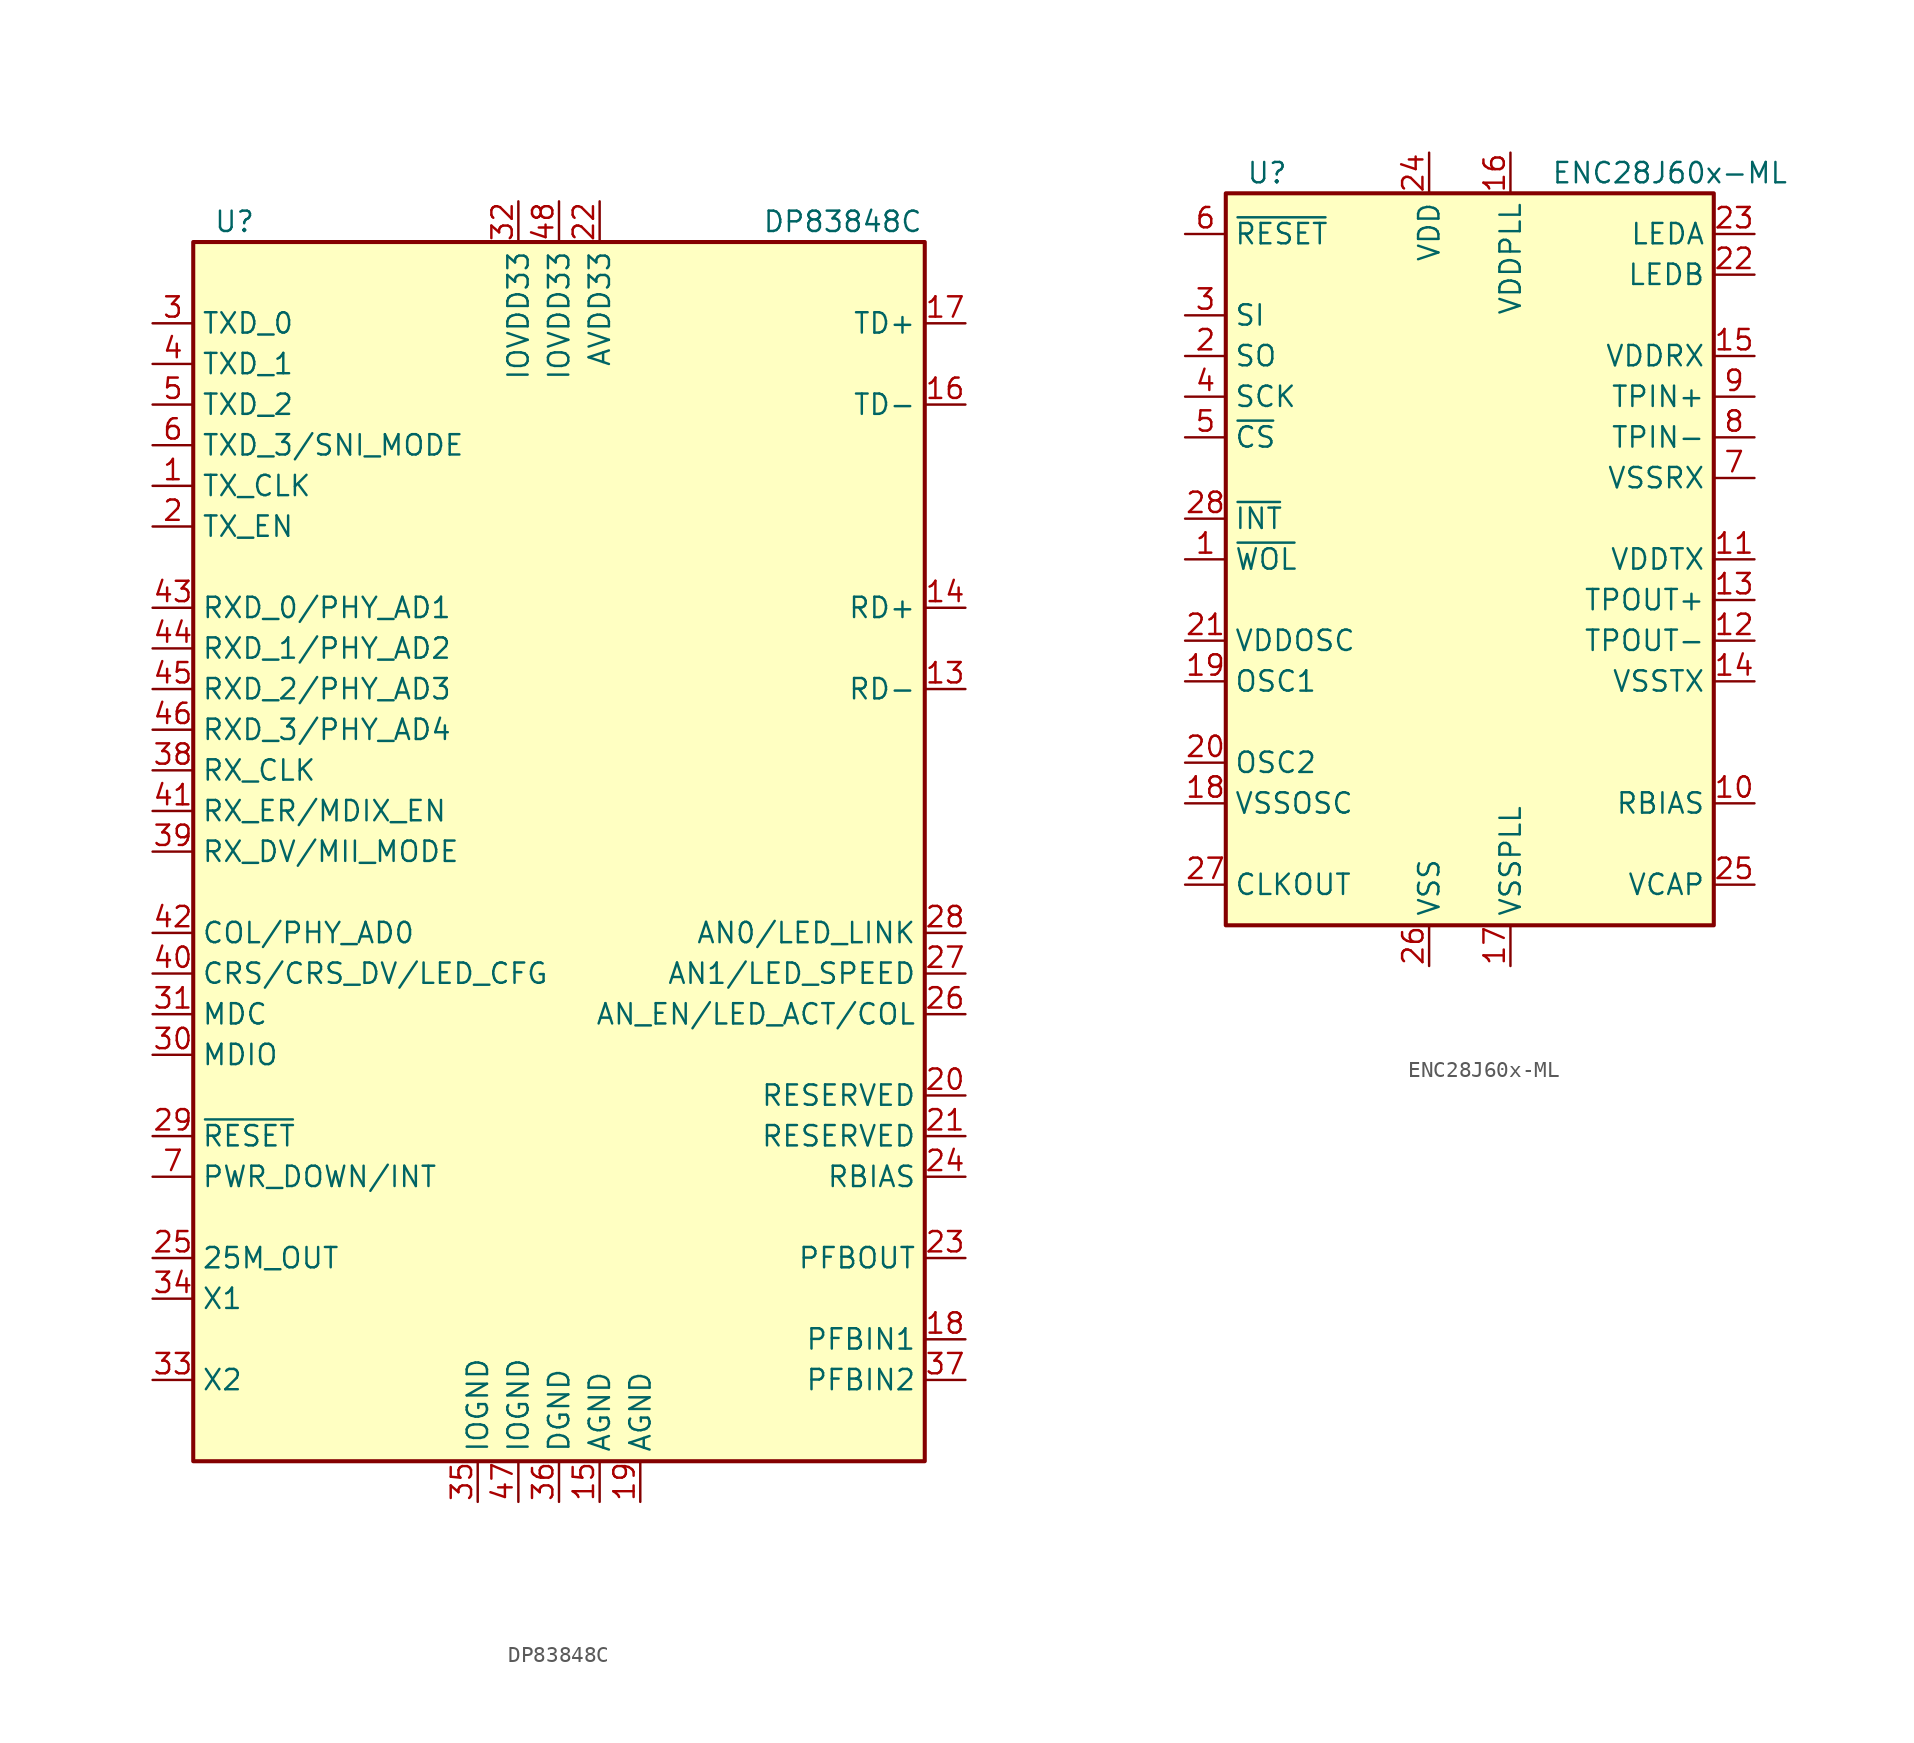
<source format=kicad_sym>
(kicad_symbol_lib
  (version 20201005)
  (generator kicad_symbol_editor)
  (symbol "Interface_Ethernet:DP83848C"
    (property "Reference" "U"
      (at -21.59 39.37 0)
      (effects (font (size 1.27 1.27)) (justify left)))
    (property "Value" "DP83848C"
      (at 12.7 39.37 0)
      (effects (font (size 1.27 1.27)) (justify left)))
    (symbol "DP83848C_0_1"
      (rectangle (start -22.86 38.1) (end 22.86 -38.1) (stroke (width 0.254)) (fill (type background))))
    (symbol "DP83848C_1_1"
      (pin output line (at -25.4 22.86 0) (length 2.54) (name "TX_CLK" (effects (font (size 1.27 1.27)))) (number "1" (effects (font (size 1.27 1.27)))))
      (pin passive line (at 25.4 10.16 180) (length 2.54) (name "RD-" (effects (font (size 1.27 1.27)))) (number "13" (effects (font (size 1.27 1.27)))))
      (pin passive line (at 25.4 15.24 180) (length 2.54) (name "RD+" (effects (font (size 1.27 1.27)))) (number "14" (effects (font (size 1.27 1.27)))))
      (pin power_in line (at 2.54 -40.64 90) (length 2.54) (name "AGND" (effects (font (size 1.27 1.27)))) (number "15" (effects (font (size 1.27 1.27)))))
      (pin passive line (at 25.4 27.94 180) (length 2.54) (name "TD-" (effects (font (size 1.27 1.27)))) (number "16" (effects (font (size 1.27 1.27)))))
      (pin passive line (at 25.4 33.02 180) (length 2.54) (name "TD+" (effects (font (size 1.27 1.27)))) (number "17" (effects (font (size 1.27 1.27)))))
      (pin passive line (at 25.4 -30.48 180) (length 2.54) (name "PFBIN1" (effects (font (size 1.27 1.27)))) (number "18" (effects (font (size 1.27 1.27)))))
      (pin power_in line (at 5.08 -40.64 90) (length 2.54) (name "AGND" (effects (font (size 1.27 1.27)))) (number "19" (effects (font (size 1.27 1.27)))))
      (pin input line (at -25.4 20.32 0) (length 2.54) (name "TX_EN" (effects (font (size 1.27 1.27)))) (number "2" (effects (font (size 1.27 1.27)))))
      (pin passive line (at 25.4 -15.24 180) (length 2.54) (name "RESERVED" (effects (font (size 1.27 1.27)))) (number "20" (effects (font (size 1.27 1.27)))))
      (pin passive line (at 25.4 -17.78 180) (length 2.54) (name "RESERVED" (effects (font (size 1.27 1.27)))) (number "21" (effects (font (size 1.27 1.27)))))
      (pin power_in line (at 2.54 40.64 270) (length 2.54) (name "AVDD33" (effects (font (size 1.27 1.27)))) (number "22" (effects (font (size 1.27 1.27)))))
      (pin passive line (at 25.4 -25.4 180) (length 2.54) (name "PFBOUT" (effects (font (size 1.27 1.27)))) (number "23" (effects (font (size 1.27 1.27)))))
      (pin passive line (at 25.4 -20.32 180) (length 2.54) (name "RBIAS" (effects (font (size 1.27 1.27)))) (number "24" (effects (font (size 1.27 1.27)))))
      (pin output line (at -25.4 -25.4 0) (length 2.54) (name "25M_OUT" (effects (font (size 1.27 1.27)))) (number "25" (effects (font (size 1.27 1.27)))))
      (pin output line (at 25.4 -10.16 180) (length 2.54) (name "AN_EN/LED_ACT/COL" (effects (font (size 1.27 1.27)))) (number "26" (effects (font (size 1.27 1.27)))))
      (pin output line (at 25.4 -7.62 180) (length 2.54) (name "AN1/LED_SPEED" (effects (font (size 1.27 1.27)))) (number "27" (effects (font (size 1.27 1.27)))))
      (pin output line (at 25.4 -5.08 180) (length 2.54) (name "AN0/LED_LINK" (effects (font (size 1.27 1.27)))) (number "28" (effects (font (size 1.27 1.27)))))
      (pin input line (at -25.4 -17.78 0) (length 2.54) (name "~RESET~" (effects (font (size 1.27 1.27)))) (number "29" (effects (font (size 1.27 1.27)))))
      (pin input line (at -25.4 33.02 0) (length 2.54) (name "TXD_0" (effects (font (size 1.27 1.27)))) (number "3" (effects (font (size 1.27 1.27)))))
      (pin bidirectional line (at -25.4 -12.7 0) (length 2.54) (name "MDIO" (effects (font (size 1.27 1.27)))) (number "30" (effects (font (size 1.27 1.27)))))
      (pin input line (at -25.4 -10.16 0) (length 2.54) (name "MDC" (effects (font (size 1.27 1.27)))) (number "31" (effects (font (size 1.27 1.27)))))
      (pin power_in line (at -2.54 40.64 270) (length 2.54) (name "IOVDD33" (effects (font (size 1.27 1.27)))) (number "32" (effects (font (size 1.27 1.27)))))
      (pin output line (at -25.4 -33.02 0) (length 2.54) (name "X2" (effects (font (size 1.27 1.27)))) (number "33" (effects (font (size 1.27 1.27)))))
      (pin input line (at -25.4 -27.94 0) (length 2.54) (name "X1" (effects (font (size 1.27 1.27)))) (number "34" (effects (font (size 1.27 1.27)))))
      (pin power_in line (at -5.08 -40.64 90) (length 2.54) (name "IOGND" (effects (font (size 1.27 1.27)))) (number "35" (effects (font (size 1.27 1.27)))))
      (pin power_in line (at 0 -40.64 90) (length 2.54) (name "DGND" (effects (font (size 1.27 1.27)))) (number "36" (effects (font (size 1.27 1.27)))))
      (pin passive line (at 25.4 -33.02 180) (length 2.54) (name "PFBIN2" (effects (font (size 1.27 1.27)))) (number "37" (effects (font (size 1.27 1.27)))))
      (pin output line (at -25.4 5.08 0) (length 2.54) (name "RX_CLK" (effects (font (size 1.27 1.27)))) (number "38" (effects (font (size 1.27 1.27)))))
      (pin output line (at -25.4 0 0) (length 2.54) (name "RX_DV/MII_MODE" (effects (font (size 1.27 1.27)))) (number "39" (effects (font (size 1.27 1.27)))))
      (pin input line (at -25.4 30.48 0) (length 2.54) (name "TXD_1" (effects (font (size 1.27 1.27)))) (number "4" (effects (font (size 1.27 1.27)))))
      (pin output line (at -25.4 -7.62 0) (length 2.54) (name "CRS/CRS_DV/LED_CFG" (effects (font (size 1.27 1.27)))) (number "40" (effects (font (size 1.27 1.27)))))
      (pin output line (at -25.4 2.54 0) (length 2.54) (name "RX_ER/MDIX_EN" (effects (font (size 1.27 1.27)))) (number "41" (effects (font (size 1.27 1.27)))))
      (pin output line (at -25.4 -5.08 0) (length 2.54) (name "COL/PHY_AD0" (effects (font (size 1.27 1.27)))) (number "42" (effects (font (size 1.27 1.27)))))
      (pin output line (at -25.4 15.24 0) (length 2.54) (name "RXD_0/PHY_AD1" (effects (font (size 1.27 1.27)))) (number "43" (effects (font (size 1.27 1.27)))))
      (pin output line (at -25.4 12.7 0) (length 2.54) (name "RXD_1/PHY_AD2" (effects (font (size 1.27 1.27)))) (number "44" (effects (font (size 1.27 1.27)))))
      (pin output line (at -25.4 10.16 0) (length 2.54) (name "RXD_2/PHY_AD3" (effects (font (size 1.27 1.27)))) (number "45" (effects (font (size 1.27 1.27)))))
      (pin output line (at -25.4 7.62 0) (length 2.54) (name "RXD_3/PHY_AD4" (effects (font (size 1.27 1.27)))) (number "46" (effects (font (size 1.27 1.27)))))
      (pin power_in line (at -2.54 -40.64 90) (length 2.54) (name "IOGND" (effects (font (size 1.27 1.27)))) (number "47" (effects (font (size 1.27 1.27)))))
      (pin power_in line (at 0 40.64 270) (length 2.54) (name "IOVDD33" (effects (font (size 1.27 1.27)))) (number "48" (effects (font (size 1.27 1.27)))))
      (pin input line (at -25.4 27.94 0) (length 2.54) (name "TXD_2" (effects (font (size 1.27 1.27)))) (number "5" (effects (font (size 1.27 1.27)))))
      (pin input line (at -25.4 25.4 0) (length 2.54) (name "TXD_3/SNI_MODE" (effects (font (size 1.27 1.27)))) (number "6" (effects (font (size 1.27 1.27)))))
      (pin input line (at -25.4 -20.32 0) (length 2.54) (name "PWR_DOWN/INT" (effects (font (size 1.27 1.27)))) (number "7" (effects (font (size 1.27 1.27)))))))
  (symbol "Interface_Ethernet:ENC28J60x-ML"
    (property "Reference" "U"
      (at -13.97 24.13 0)
      (effects (font (size 1.27 1.27)) (justify left)))
    (property "Value" "ENC28J60x-ML"
      (at 5.08 24.13 0)
      (effects (font (size 1.27 1.27)) (justify left)))
    (symbol "ENC28J60x-ML_0_1"
      (rectangle (start -15.24 22.86) (end 15.24 -22.86) (stroke (width 0.254)) (fill (type background))))
    (symbol "ENC28J60x-ML_1_1"
      (pin output line (at -17.78 0 0) (length 2.54) (name "~WOL" (effects (font (size 1.27 1.27)))) (number "1" (effects (font (size 1.27 1.27)))))
      (pin input line (at 17.78 -15.24 180) (length 2.54) (name "RBIAS" (effects (font (size 1.27 1.27)))) (number "10" (effects (font (size 1.27 1.27)))))
      (pin power_in line (at 17.78 0 180) (length 2.54) (name "VDDTX" (effects (font (size 1.27 1.27)))) (number "11" (effects (font (size 1.27 1.27)))))
      (pin output line (at 17.78 -5.08 180) (length 2.54) (name "TPOUT-" (effects (font (size 1.27 1.27)))) (number "12" (effects (font (size 1.27 1.27)))))
      (pin output line (at 17.78 -2.54 180) (length 2.54) (name "TPOUT+" (effects (font (size 1.27 1.27)))) (number "13" (effects (font (size 1.27 1.27)))))
      (pin power_out line (at 17.78 -7.62 180) (length 2.54) (name "VSSTX" (effects (font (size 1.27 1.27)))) (number "14" (effects (font (size 1.27 1.27)))))
      (pin power_in line (at 17.78 12.7 180) (length 2.54) (name "VDDRX" (effects (font (size 1.27 1.27)))) (number "15" (effects (font (size 1.27 1.27)))))
      (pin power_in line (at 2.54 25.4 270) (length 2.54) (name "VDDPLL" (effects (font (size 1.27 1.27)))) (number "16" (effects (font (size 1.27 1.27)))))
      (pin power_in line (at 2.54 -25.4 90) (length 2.54) (name "VSSPLL" (effects (font (size 1.27 1.27)))) (number "17" (effects (font (size 1.27 1.27)))))
      (pin power_in line (at -17.78 -15.24 0) (length 2.54) (name "VSSOSC" (effects (font (size 1.27 1.27)))) (number "18" (effects (font (size 1.27 1.27)))))
      (pin input line (at -17.78 -7.62 0) (length 2.54) (name "OSC1" (effects (font (size 1.27 1.27)))) (number "19" (effects (font (size 1.27 1.27)))))
      (pin output line (at -17.78 12.7 0) (length 2.54) (name "SO" (effects (font (size 1.27 1.27)))) (number "2" (effects (font (size 1.27 1.27)))))
      (pin output line (at -17.78 -12.7 0) (length 2.54) (name "OSC2" (effects (font (size 1.27 1.27)))) (number "20" (effects (font (size 1.27 1.27)))))
      (pin power_in line (at -17.78 -5.08 0) (length 2.54) (name "VDDOSC" (effects (font (size 1.27 1.27)))) (number "21" (effects (font (size 1.27 1.27)))))
      (pin output line (at 17.78 17.78 180) (length 2.54) (name "LEDB" (effects (font (size 1.27 1.27)))) (number "22" (effects (font (size 1.27 1.27)))))
      (pin output line (at 17.78 20.32 180) (length 2.54) (name "LEDA" (effects (font (size 1.27 1.27)))) (number "23" (effects (font (size 1.27 1.27)))))
      (pin power_in line (at -2.54 25.4 270) (length 2.54) (name "VDD" (effects (font (size 1.27 1.27)))) (number "24" (effects (font (size 1.27 1.27)))))
      (pin input line (at 17.78 -20.32 180) (length 2.54) (name "VCAP" (effects (font (size 1.27 1.27)))) (number "25" (effects (font (size 1.27 1.27)))))
      (pin power_in line (at -2.54 -25.4 90) (length 2.54) (name "VSS" (effects (font (size 1.27 1.27)))) (number "26" (effects (font (size 1.27 1.27)))))
      (pin output line (at -17.78 -20.32 0) (length 2.54) (name "CLKOUT" (effects (font (size 1.27 1.27)))) (number "27" (effects (font (size 1.27 1.27)))))
      (pin output line (at -17.78 2.54 0) (length 2.54) (name "~INT" (effects (font (size 1.27 1.27)))) (number "28" (effects (font (size 1.27 1.27)))))
      (pin input line (at -17.78 15.24 0) (length 2.54) (name "SI" (effects (font (size 1.27 1.27)))) (number "3" (effects (font (size 1.27 1.27)))))
      (pin input line (at -17.78 10.16 0) (length 2.54) (name "SCK" (effects (font (size 1.27 1.27)))) (number "4" (effects (font (size 1.27 1.27)))))
      (pin input line (at -17.78 7.62 0) (length 2.54) (name "~CS" (effects (font (size 1.27 1.27)))) (number "5" (effects (font (size 1.27 1.27)))))
      (pin input line (at -17.78 20.32 0) (length 2.54) (name "~RESET" (effects (font (size 1.27 1.27)))) (number "6" (effects (font (size 1.27 1.27)))))
      (pin power_out line (at 17.78 5.08 180) (length 2.54) (name "VSSRX" (effects (font (size 1.27 1.27)))) (number "7" (effects (font (size 1.27 1.27)))))
      (pin input line (at 17.78 7.62 180) (length 2.54) (name "TPIN-" (effects (font (size 1.27 1.27)))) (number "8" (effects (font (size 1.27 1.27)))))
      (pin input line (at 17.78 10.16 180) (length 2.54) (name "TPIN+" (effects (font (size 1.27 1.27)))) (number "9" (effects (font (size 1.27 1.27))))))))
</source>
